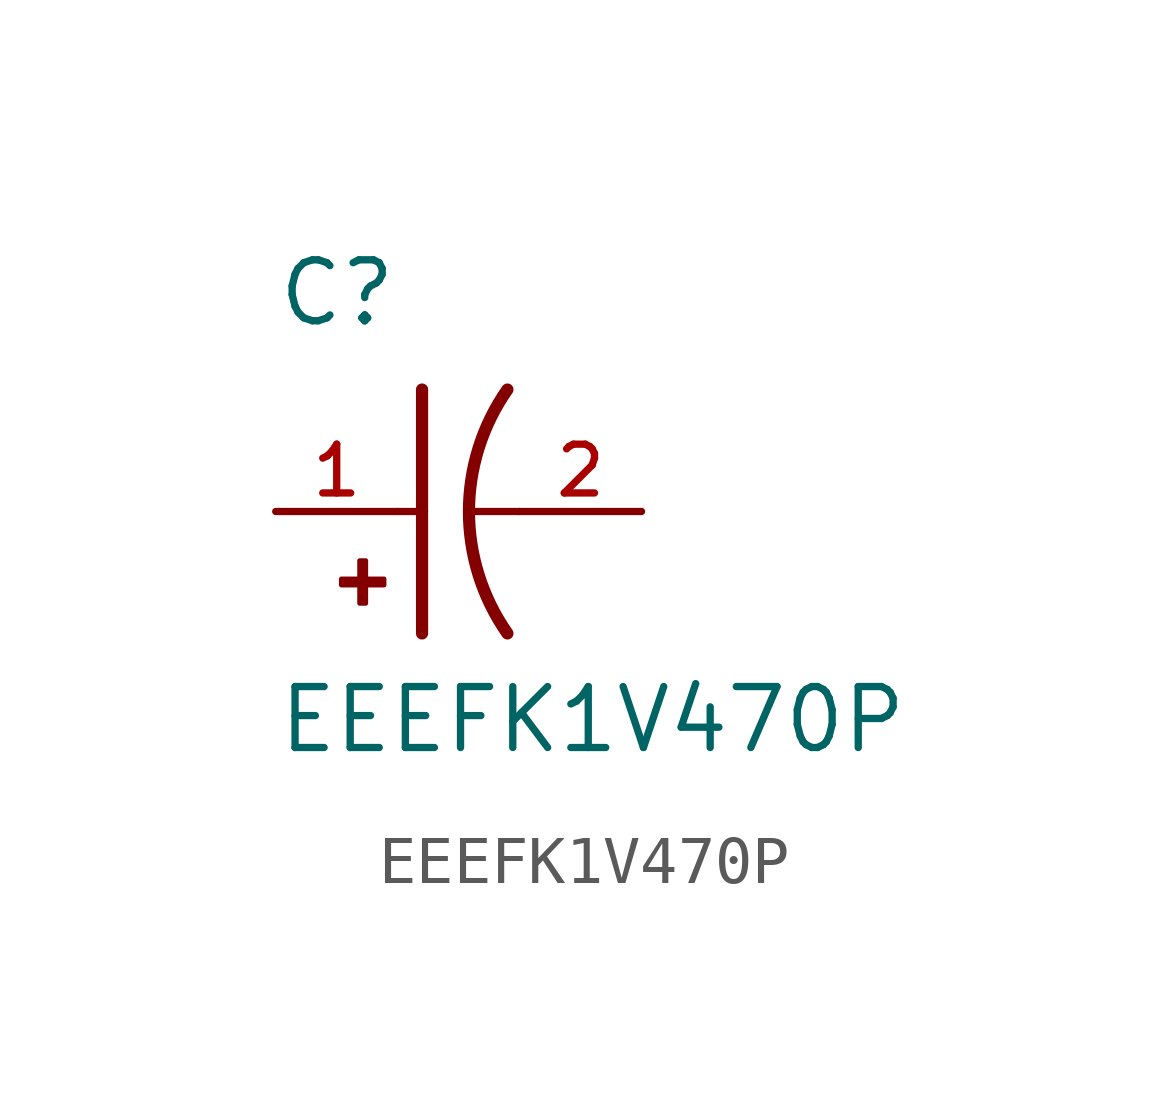
<source format=kicad_sym>
(kicad_symbol_lib
  (version 20211014)
  (generator kicad_symbol_editor)
  (symbol "EEEFK1V470P"
    (pin_names
      (offset 1.016))
    (property "Reference" "C"
      (at -2.54 3.81 0)
      (effects (font (size 1.27 1.27)) (justify bottom left)))
    (property "Value" "EEEFK1V470P"
      (at -2.54 -5.08 0)
      (effects (font (size 1.27 1.27)) (justify bottom left)))
    (symbol "EEEFK1V470P_0_0"
      (arc (start 2.286 -2.54) (mid 1.4851 -0.0) (end 2.286 2.54) (stroke (width 0.254) (type default) (color 0 0 0 0)) (fill (type none)))
      (polyline (pts (xy 0.508 2.54) (xy 0.508 0.0)) (stroke (width 0.254)))
      (rectangle (start -1.173 -1.532) (end -0.284 -1.405) (stroke (width 0.1)) (fill (type outline)))
      (rectangle (start -0.792 -1.913) (end -0.665 -1.024) (stroke (width 0.1)) (fill (type outline)))
      (polyline (pts (xy 0.508 0.0) (xy 0.508 -2.54)) (stroke (width 0.254)))
      (polyline (pts (xy 0.0 0.0) (xy 0.508 0.0)) (stroke (width 0.152)))
      (polyline (pts (xy 2.54 0.0) (xy 1.524 0.0)) (stroke (width 0.152)))
      (pin passive line (at -2.54 0.0 0) (length 2.54) (name "~" (effects (font (size 1.016 1.016)))) (number "1" (effects (font (size 1.016 1.016)))))
      (pin passive line (at 5.08 0.0 180.0) (length 2.54) (name "~" (effects (font (size 1.016 1.016)))) (number "2" (effects (font (size 1.016 1.016))))))))
</source>
